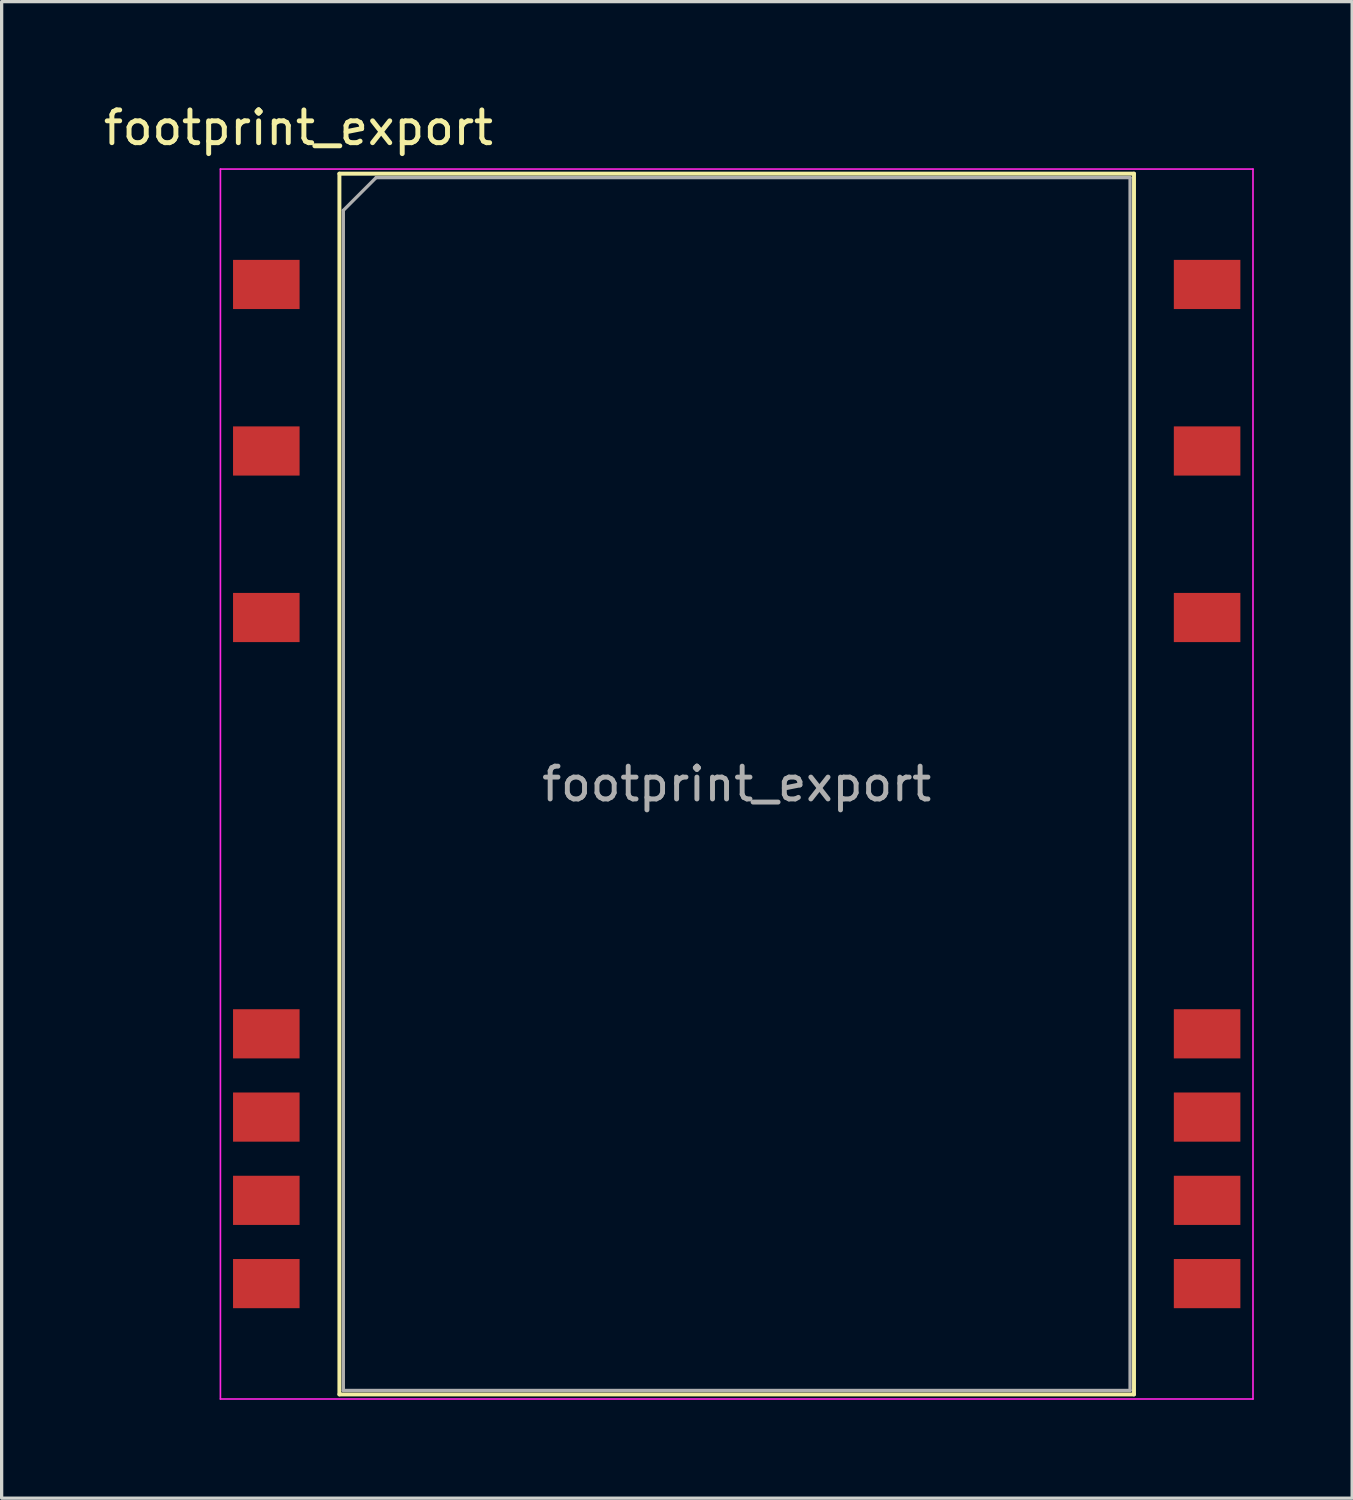
<source format=kicad_pcb>
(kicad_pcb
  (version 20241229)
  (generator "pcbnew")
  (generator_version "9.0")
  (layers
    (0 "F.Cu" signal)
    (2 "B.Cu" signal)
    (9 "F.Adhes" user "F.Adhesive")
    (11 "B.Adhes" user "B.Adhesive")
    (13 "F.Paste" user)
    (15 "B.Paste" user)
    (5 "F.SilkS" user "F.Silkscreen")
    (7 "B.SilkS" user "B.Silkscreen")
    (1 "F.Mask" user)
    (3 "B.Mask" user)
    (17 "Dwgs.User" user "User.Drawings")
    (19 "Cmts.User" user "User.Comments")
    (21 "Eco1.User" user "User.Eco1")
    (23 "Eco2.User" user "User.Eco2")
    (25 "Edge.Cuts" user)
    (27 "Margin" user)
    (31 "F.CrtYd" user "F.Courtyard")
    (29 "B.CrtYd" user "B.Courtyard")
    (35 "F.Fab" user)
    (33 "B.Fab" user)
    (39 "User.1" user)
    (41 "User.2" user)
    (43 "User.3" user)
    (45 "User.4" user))
  (footprint "footprint_export"
    (layer "F.Cu")
    (at 19.424 20.868)
    (property "Reference" "footprint_export" (at -13.37 -20.02 0) (layer "F.SilkS") (effects (font (size 1 1) (thickness 0.15))))
    (attr smd)
    (fp_line (start -12.12 -18.62) (end 12.12 -18.62) (stroke (width 0.12) (type solid)) (layer "F.SilkS"))
    (fp_line (start -12.12 18.62) (end -12.12 -18.62) (stroke (width 0.12) (type solid)) (layer "F.SilkS"))
    (fp_line (start 12.12 -18.62) (end 12.12 18.62) (stroke (width 0.12) (type solid)) (layer "F.SilkS"))
    (fp_line (start 12.12 18.62) (end -12.12 18.62) (stroke (width 0.12) (type solid)) (layer "F.SilkS"))
    (fp_line (start -15.75 -18.76) (end -15.75 18.76) (stroke (width 0.05) (type solid)) (layer "F.CrtYd"))
    (fp_line (start -15.75 18.76) (end 15.75 18.76) (stroke (width 0.05) (type solid)) (layer "F.CrtYd"))
    (fp_line (start 15.75 -18.76) (end -15.75 -18.76) (stroke (width 0.05) (type solid)) (layer "F.CrtYd"))
    (fp_line (start 15.75 18.76) (end 15.75 -18.76) (stroke (width 0.05) (type solid)) (layer "F.CrtYd"))
    (fp_line (start -12 -17.5) (end -12 18.5) (stroke (width 0.1) (type solid)) (layer "F.Fab"))
    (fp_line (start -12 -17.5) (end -11 -18.5) (stroke (width 0.1) (type solid)) (layer "F.Fab"))
    (fp_line (start -12 18.5) (end 12 18.5) (stroke (width 0.1) (type solid)) (layer "F.Fab"))
    (fp_line (start 12 -18.5) (end -11 -18.5) (stroke (width 0.1) (type solid)) (layer "F.Fab"))
    (fp_line (start 12 18.5) (end 12 -18.5) (stroke (width 0.1) (type solid)) (layer "F.Fab"))
    (fp_text user "${REFERENCE}" (at 0 0 0) (layer "F.Fab") (effects (font (size 1 1) (thickness 0.15))))
    (pad "1" smd rect (at -14.35 -15.24 270) (size 1.5 2.03) (layers "F.Cu" "F.Mask" "F.Paste"))
    (pad "3" smd rect (at -14.35 -10.16 270) (size 1.5 2.03) (layers "F.Cu" "F.Mask" "F.Paste"))
    (pad "5" smd rect (at -14.35 -5.08 270) (size 1.5 2.03) (layers "F.Cu" "F.Mask" "F.Paste"))
    (pad "10" smd rect (at -14.35 7.62 270) (size 1.5 2.03) (layers "F.Cu" "F.Mask" "F.Paste"))
    (pad "11" smd rect (at -14.35 10.16 270) (size 1.5 2.03) (layers "F.Cu" "F.Mask" "F.Paste"))
    (pad "12" smd rect (at -14.35 12.7 270) (size 1.5 2.03) (layers "F.Cu" "F.Mask" "F.Paste"))
    (pad "13" smd rect (at -14.35 15.24 270) (size 1.5 2.03) (layers "F.Cu" "F.Mask" "F.Paste"))
    (pad "14" smd rect (at 14.35 15.24 270) (size 1.5 2.03) (layers "F.Cu" "F.Mask" "F.Paste"))
    (pad "15" smd rect (at 14.35 12.7 270) (size 1.5 2.03) (layers "F.Cu" "F.Mask" "F.Paste"))
    (pad "16" smd rect (at 14.35 10.16 270) (size 1.5 2.03) (layers "F.Cu" "F.Mask" "F.Paste"))
    (pad "17" smd rect (at 14.35 7.62 270) (size 1.5 2.03) (layers "F.Cu" "F.Mask" "F.Paste"))
    (pad "22" smd rect (at 14.35 -5.08 270) (size 1.5 2.03) (layers "F.Cu" "F.Mask" "F.Paste"))
    (pad "24" smd rect (at 14.35 -10.16 270) (size 1.5 2.03) (layers "F.Cu" "F.Mask" "F.Paste"))
    (pad "26" smd rect (at 14.35 -15.24 270) (size 1.5 2.03) (layers "F.Cu" "F.Mask" "F.Paste")))
  (gr_rect
    (start -3 -3)
    (end 38.199 42.653)
    (stroke (width 0.1) (type default))
    (fill no)
    (layer "Edge.Cuts")))
</source>
